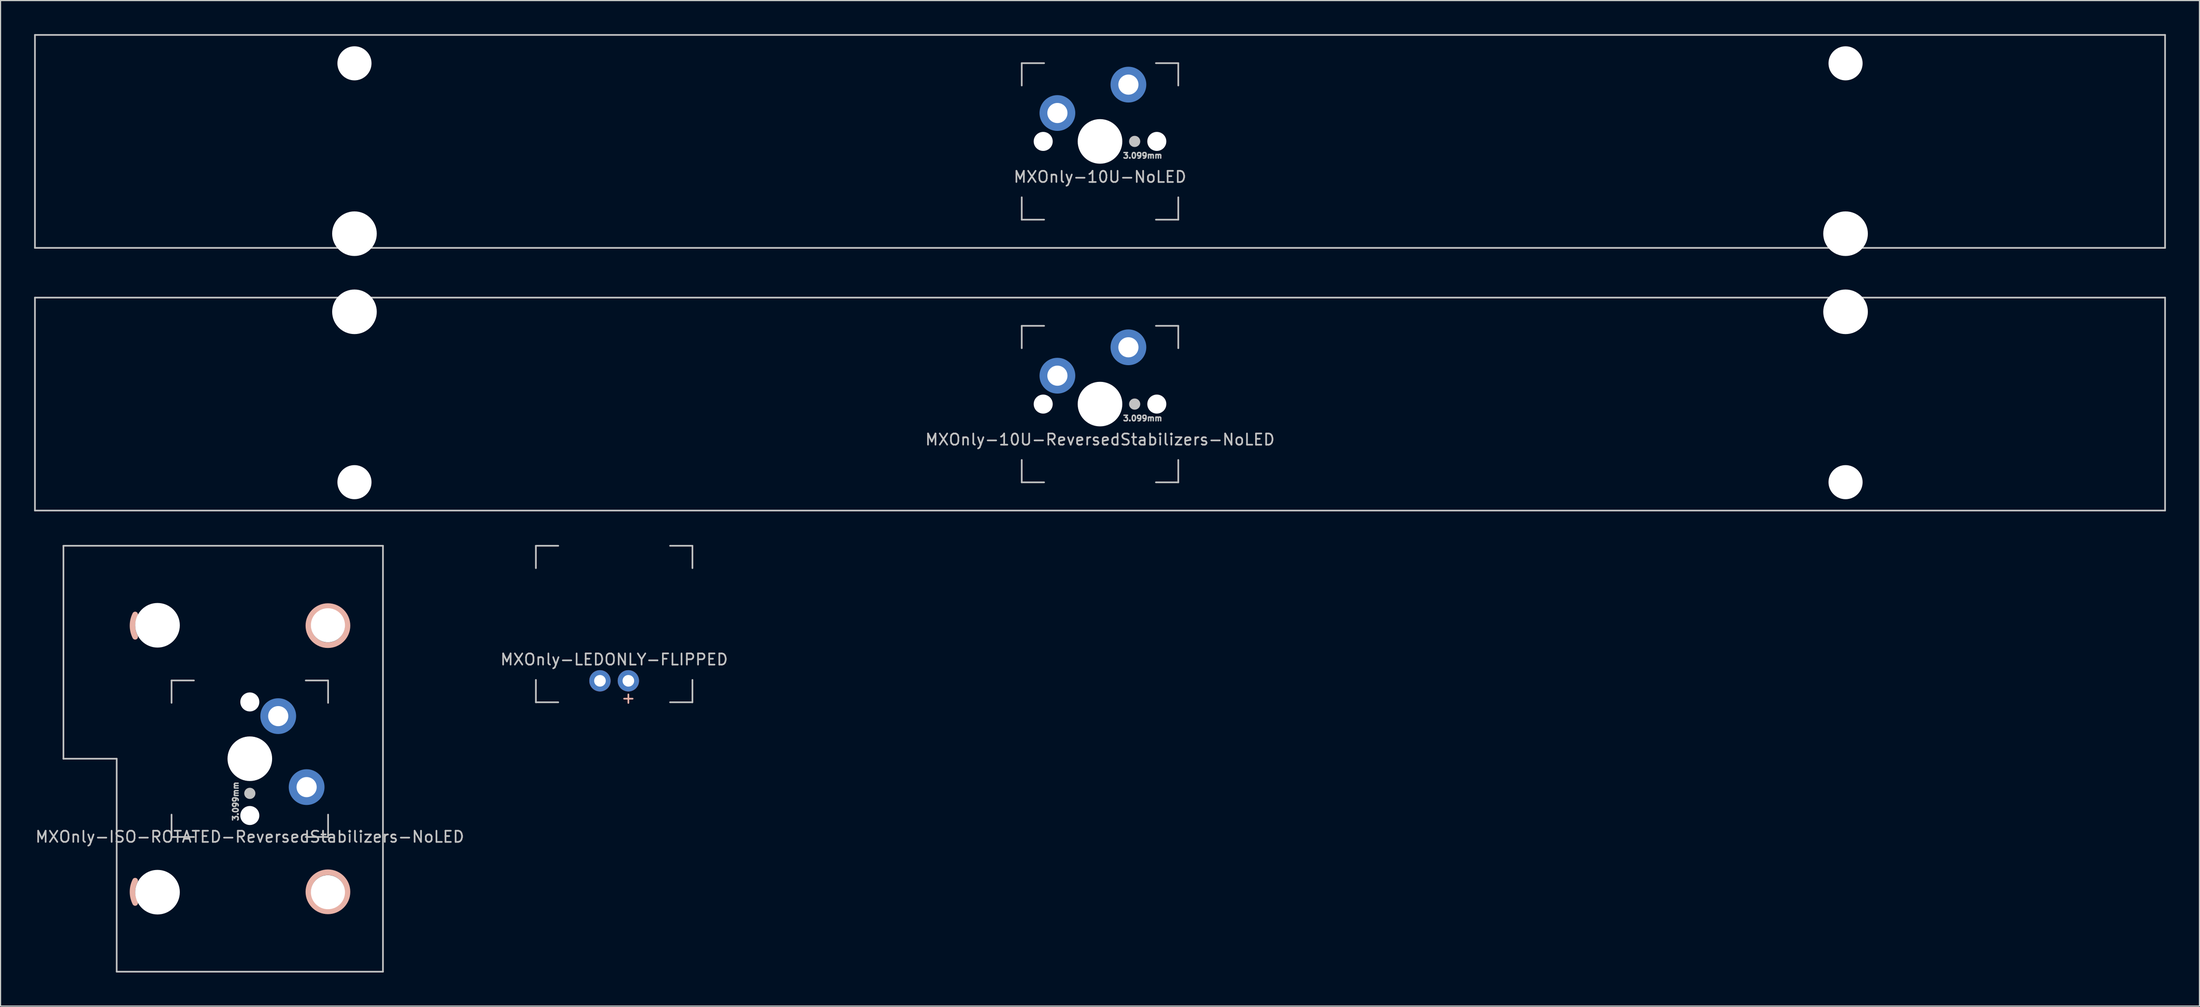
<source format=kicad_pcb>
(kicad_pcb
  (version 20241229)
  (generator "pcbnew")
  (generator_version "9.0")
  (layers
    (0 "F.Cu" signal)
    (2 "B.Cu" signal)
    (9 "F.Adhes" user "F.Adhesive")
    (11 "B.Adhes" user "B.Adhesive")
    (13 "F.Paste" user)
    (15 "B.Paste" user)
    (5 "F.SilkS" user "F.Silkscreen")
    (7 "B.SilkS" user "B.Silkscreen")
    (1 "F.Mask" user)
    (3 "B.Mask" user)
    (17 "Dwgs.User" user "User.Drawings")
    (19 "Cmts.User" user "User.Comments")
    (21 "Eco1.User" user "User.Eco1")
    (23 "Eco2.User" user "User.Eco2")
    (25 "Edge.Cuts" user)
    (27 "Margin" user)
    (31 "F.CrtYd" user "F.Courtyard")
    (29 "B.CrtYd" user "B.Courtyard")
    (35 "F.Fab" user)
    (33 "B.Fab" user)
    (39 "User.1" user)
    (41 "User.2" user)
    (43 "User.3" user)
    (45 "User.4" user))
  (footprint "MXOnly-ISO-ROTATED-ReversedStabilizers-NoLED"
    (layer "F.Cu")
    (at 19.292 64.823)
    (property "Reference" "MXOnly-ISO-ROTATED-ReversedStabilizers-NoLED" (at 0 6.985 0) (layer "Dwgs.User") (effects (font (size 1 1) (thickness 0.15))))
    (attr through_hole)
    (fp_arc (start -10.255 -10.90625) (mid -10.491068 -11.905663) (end -10.255525 -12.905199) (stroke (width 0.5) (type solid)) (layer "B.SilkS"))
    (fp_arc (start -10.255 12.90625) (mid -10.491068 11.906837) (end -10.255525 10.907301) (stroke (width 0.5) (type solid)) (layer "B.SilkS"))
    (fp_circle (center 6.985 -11.906) (end 6.985 -10.156) (stroke (width 0.5) (type solid)) (fill no) (layer "B.SilkS"))
    (fp_circle (center 6.985 11.906) (end 6.985 13.656) (stroke (width 0.5) (type solid)) (fill no) (layer "B.SilkS"))
    (fp_line (start -16.669 -19.05) (end -16.669 0) (stroke (width 0.15) (type solid)) (layer "Dwgs.User"))
    (fp_line (start -16.669 -19.05) (end 11.906 -19.05) (stroke (width 0.15) (type solid)) (layer "Dwgs.User"))
    (fp_line (start -11.906 0) (end -16.669 0) (stroke (width 0.15) (type solid)) (layer "Dwgs.User"))
    (fp_line (start -11.906 19.05) (end -11.906 0) (stroke (width 0.15) (type solid)) (layer "Dwgs.User"))
    (fp_line (start -11.906 19.05) (end 11.906 19.05) (stroke (width 0.15) (type solid)) (layer "Dwgs.User"))
    (fp_line (start -7 -7) (end -7 -5) (stroke (width 0.15) (type solid)) (layer "Dwgs.User"))
    (fp_line (start -7 5) (end -7 7) (stroke (width 0.15) (type solid)) (layer "Dwgs.User"))
    (fp_line (start -7 7) (end -5 7) (stroke (width 0.15) (type solid)) (layer "Dwgs.User"))
    (fp_line (start -5 -7) (end -7 -7) (stroke (width 0.15) (type solid)) (layer "Dwgs.User"))
    (fp_line (start 7 -7) (end 5 -7) (stroke (width 0.15) (type solid)) (layer "Dwgs.User"))
    (fp_line (start 7 -5) (end 7 -7) (stroke (width 0.15) (type solid)) (layer "Dwgs.User"))
    (fp_line (start 7 5) (end 7 7) (stroke (width 0.15) (type solid)) (layer "Dwgs.User"))
    (fp_line (start 7 7) (end 5 7) (stroke (width 0.15) (type solid)) (layer "Dwgs.User"))
    (fp_line (start 11.906 -19.05) (end 11.906 19.05) (stroke (width 0.15) (type solid)) (layer "Dwgs.User"))
    (fp_text user "3.099mm" (at -1.27 3.81 270) (layer "Dwgs.User") (effects (font (size 0.5 0.5) (thickness 0.125))))
    (pad "" np_thru_hole circle (at -8.255 -11.938) (size 3.988 3.988) (drill 3.988) (layers "*.Cu" "*.Mask"))
    (pad "" np_thru_hole circle (at -8.255 11.938) (size 3.988 3.988) (drill 3.988) (layers "*.Cu" "*.Mask"))
    (pad "" np_thru_hole circle (at 0 -5.08 318.099) (size 1.7 1.7) (drill 1.7) (layers "*.Cu" "*.Mask"))
    (pad "" np_thru_hole circle (at 0 0 270) (size 3.988 3.988) (drill 3.988) (layers "*.Cu" "*.Mask"))
    (pad "" smd circle (at 0 3.099 270) (size 1 1) (layers "Dwgs.User"))
    (pad "" np_thru_hole circle (at 0 5.08 318.099) (size 1.7 1.7) (drill 1.7) (layers "*.Cu" "*.Mask"))
    (pad "" smd circle (at 2.54 -3.81 270) (size 2.8 2.8) (layers "B.Mask"))
    (pad "" smd circle (at 5.08 2.54 270) (size 2.8 2.8) (layers "B.Mask"))
    (pad "" np_thru_hole circle (at 6.985 -11.938) (size 3.048 3.048) (drill 3.048) (layers "*.Cu" "*.Mask"))
    (pad "" np_thru_hole circle (at 6.985 11.938) (size 3.048 3.048) (drill 3.048) (layers "*.Cu" "*.Mask"))
    (pad "1" thru_hole circle (at 2.54 -3.81 270) (size 2.4 2.4) (drill 1.8) (layers "*.Cu"))
    (pad "1" connect circle (at 2.54 -3.81 270) (size 3.2 3.2) (layers "B.Cu"))
    (pad "2" thru_hole circle (at 5.08 2.54 270) (size 2.4 2.4) (drill 1.8) (layers "*.Cu"))
    (pad "2" connect circle (at 5.08 2.54 270) (size 3.2 3.2) (layers "B.Cu")))
  (footprint "MXOnly-10U-NoLED"
    (layer "F.Cu")
    (at 95.325 9.6)
    (property "Reference" "MXOnly-10U-NoLED" (at 0 3.175 0) (layer "Dwgs.User") (effects (font (size 1 1) (thickness 0.15))))
    (attr through_hole)
    (fp_line (start -95.25 -9.525) (end 95.25 -9.525) (stroke (width 0.15) (type solid)) (layer "Dwgs.User"))
    (fp_line (start -95.25 9.525) (end -95.25 -9.525) (stroke (width 0.15) (type solid)) (layer "Dwgs.User"))
    (fp_line (start -95.25 9.525) (end 95.25 9.525) (stroke (width 0.15) (type solid)) (layer "Dwgs.User"))
    (fp_line (start -7 -7) (end -7 -5) (stroke (width 0.15) (type solid)) (layer "Dwgs.User"))
    (fp_line (start -7 5) (end -7 7) (stroke (width 0.15) (type solid)) (layer "Dwgs.User"))
    (fp_line (start -7 7) (end -5 7) (stroke (width 0.15) (type solid)) (layer "Dwgs.User"))
    (fp_line (start -5 -7) (end -7 -7) (stroke (width 0.15) (type solid)) (layer "Dwgs.User"))
    (fp_line (start 5 -7) (end 7 -7) (stroke (width 0.15) (type solid)) (layer "Dwgs.User"))
    (fp_line (start 5 7) (end 7 7) (stroke (width 0.15) (type solid)) (layer "Dwgs.User"))
    (fp_line (start 7 -7) (end 7 -5) (stroke (width 0.15) (type solid)) (layer "Dwgs.User"))
    (fp_line (start 7 7) (end 7 5) (stroke (width 0.15) (type solid)) (layer "Dwgs.User"))
    (fp_line (start 95.25 -9.525) (end 95.25 9.525) (stroke (width 0.15) (type solid)) (layer "Dwgs.User"))
    (fp_text user "3.099mm" (at 3.81 1.27 0) (layer "Dwgs.User") (effects (font (size 0.5 0.5) (thickness 0.125))))
    (pad "" np_thru_hole circle (at -66.675 -6.985) (size 3.048 3.048) (drill 3.048) (layers "*.Cu" "*.Mask"))
    (pad "" np_thru_hole circle (at -66.675 8.255) (size 3.988 3.988) (drill 3.988) (layers "*.Cu" "*.Mask"))
    (pad "" np_thru_hole circle (at -5.08 0 48.099) (size 1.7 1.7) (drill 1.7) (layers "*.Cu" "*.Mask"))
    (pad "" smd circle (at -3.81 -2.54) (size 2.8 2.8) (layers "B.Mask"))
    (pad "" np_thru_hole circle (at 0 0) (size 3.988 3.988) (drill 3.988) (layers "*.Cu" "*.Mask"))
    (pad "" smd circle (at 2.54 -5.08) (size 2.8 2.8) (layers "B.Mask"))
    (pad "" smd circle (at 3.099 0) (size 1 1) (layers "Dwgs.User"))
    (pad "" np_thru_hole circle (at 5.08 0 48.099) (size 1.7 1.7) (drill 1.7) (layers "*.Cu" "*.Mask"))
    (pad "" np_thru_hole circle (at 66.675 -6.985) (size 3.048 3.048) (drill 3.048) (layers "*.Cu" "*.Mask"))
    (pad "" np_thru_hole circle (at 66.675 8.255) (size 3.988 3.988) (drill 3.988) (layers "*.Cu" "*.Mask"))
    (pad "1" thru_hole circle (at -3.81 -2.54) (size 2.4 2.4) (drill 1.8) (layers "*.Cu"))
    (pad "1" connect circle (at -3.81 -2.54) (size 3.2 3.2) (layers "B.Cu"))
    (pad "2" thru_hole circle (at 2.54 -5.08) (size 2.4 2.4) (drill 1.8) (layers "*.Cu"))
    (pad "2" connect circle (at 2.54 -5.08) (size 3.2 3.2) (layers "B.Cu")))
  (footprint "MXOnly-10U-ReversedStabilizers-NoLED"
    (layer "F.Cu")
    (at 95.325 33.098)
    (property "Reference" "MXOnly-10U-ReversedStabilizers-NoLED" (at 0 3.175 0) (layer "Dwgs.User") (effects (font (size 1 1) (thickness 0.15))))
    (attr through_hole)
    (fp_line (start -95.25 -9.525) (end 95.25 -9.525) (stroke (width 0.15) (type solid)) (layer "Dwgs.User"))
    (fp_line (start -95.25 9.525) (end -95.25 -9.525) (stroke (width 0.15) (type solid)) (layer "Dwgs.User"))
    (fp_line (start -95.25 9.525) (end 95.25 9.525) (stroke (width 0.15) (type solid)) (layer "Dwgs.User"))
    (fp_line (start -7 -7) (end -7 -5) (stroke (width 0.15) (type solid)) (layer "Dwgs.User"))
    (fp_line (start -7 5) (end -7 7) (stroke (width 0.15) (type solid)) (layer "Dwgs.User"))
    (fp_line (start -7 7) (end -5 7) (stroke (width 0.15) (type solid)) (layer "Dwgs.User"))
    (fp_line (start -5 -7) (end -7 -7) (stroke (width 0.15) (type solid)) (layer "Dwgs.User"))
    (fp_line (start 5 -7) (end 7 -7) (stroke (width 0.15) (type solid)) (layer "Dwgs.User"))
    (fp_line (start 5 7) (end 7 7) (stroke (width 0.15) (type solid)) (layer "Dwgs.User"))
    (fp_line (start 7 -7) (end 7 -5) (stroke (width 0.15) (type solid)) (layer "Dwgs.User"))
    (fp_line (start 7 7) (end 7 5) (stroke (width 0.15) (type solid)) (layer "Dwgs.User"))
    (fp_line (start 95.25 -9.525) (end 95.25 9.525) (stroke (width 0.15) (type solid)) (layer "Dwgs.User"))
    (fp_text user "3.099mm" (at 3.81 1.27 0) (layer "Dwgs.User") (effects (font (size 0.5 0.5) (thickness 0.125))))
    (pad "" np_thru_hole circle (at -66.675 -8.255) (size 3.988 3.988) (drill 3.988) (layers "*.Cu" "*.Mask"))
    (pad "" np_thru_hole circle (at -66.675 6.985) (size 3.048 3.048) (drill 3.048) (layers "*.Cu" "*.Mask"))
    (pad "" np_thru_hole circle (at -5.08 0 48.099) (size 1.7 1.7) (drill 1.7) (layers "*.Cu" "*.Mask"))
    (pad "" smd circle (at -3.81 -2.54) (size 2.8 2.8) (layers "B.Mask"))
    (pad "" np_thru_hole circle (at 0 0) (size 3.988 3.988) (drill 3.988) (layers "*.Cu" "*.Mask"))
    (pad "" smd circle (at 2.54 -5.08) (size 2.8 2.8) (layers "B.Mask"))
    (pad "" smd circle (at 3.099 0) (size 1 1) (layers "Dwgs.User"))
    (pad "" np_thru_hole circle (at 5.08 0 48.099) (size 1.7 1.7) (drill 1.7) (layers "*.Cu" "*.Mask"))
    (pad "" np_thru_hole circle (at 66.675 -8.255) (size 3.988 3.988) (drill 3.988) (layers "*.Cu" "*.Mask"))
    (pad "" np_thru_hole circle (at 66.675 6.985) (size 3.048 3.048) (drill 3.048) (layers "*.Cu" "*.Mask"))
    (pad "1" thru_hole circle (at -3.81 -2.54) (size 2.4 2.4) (drill 1.8) (layers "*.Cu"))
    (pad "1" connect circle (at -3.81 -2.54) (size 3.2 3.2) (layers "B.Cu"))
    (pad "2" thru_hole circle (at 2.54 -5.08) (size 2.4 2.4) (drill 1.8) (layers "*.Cu"))
    (pad "2" connect circle (at 2.54 -5.08) (size 3.2 3.2) (layers "B.Cu")))
  (footprint "MXOnly-LEDONLY-FLIPPED"
    (layer "F.Cu")
    (at 51.875 52.773)
    (property "Reference" "MXOnly-LEDONLY-FLIPPED" (at 0 3.175 0) (layer "Dwgs.User") (effects (font (size 1 1) (thickness 0.15))))
    (attr through_hole)
    (fp_line (start -7 -7) (end -7 -5) (stroke (width 0.15) (type solid)) (layer "Dwgs.User"))
    (fp_line (start -7 5) (end -7 7) (stroke (width 0.15) (type solid)) (layer "Dwgs.User"))
    (fp_line (start -7 7) (end -5 7) (stroke (width 0.15) (type solid)) (layer "Dwgs.User"))
    (fp_line (start -5 -7) (end -7 -7) (stroke (width 0.15) (type solid)) (layer "Dwgs.User"))
    (fp_line (start 5 -7) (end 7 -7) (stroke (width 0.15) (type solid)) (layer "Dwgs.User"))
    (fp_line (start 5 7) (end 7 7) (stroke (width 0.15) (type solid)) (layer "Dwgs.User"))
    (fp_line (start 7 -7) (end 7 -5) (stroke (width 0.15) (type solid)) (layer "Dwgs.User"))
    (fp_line (start 7 7) (end 7 5) (stroke (width 0.15) (type solid)) (layer "Dwgs.User"))
    (fp_text user "+" (at 1.27 6.604 0) (layer "B.SilkS") (effects (font (size 1 1) (thickness 0.15))))
    (pad "1" thru_hole circle (at -1.27 5.08) (size 1.905 1.905) (drill 1.04) (layers "*.Cu" "B.Mask"))
    (pad "2" thru_hole circle (at 1.27 5.08) (size 1.905 1.905) (drill 1.04) (layers "*.Cu" "B.Mask")))
  (gr_rect
    (start -3 -3)
    (end 193.65 86.948)
    (stroke (width 0.1) (type default))
    (fill no)
    (layer "Edge.Cuts")))
</source>
